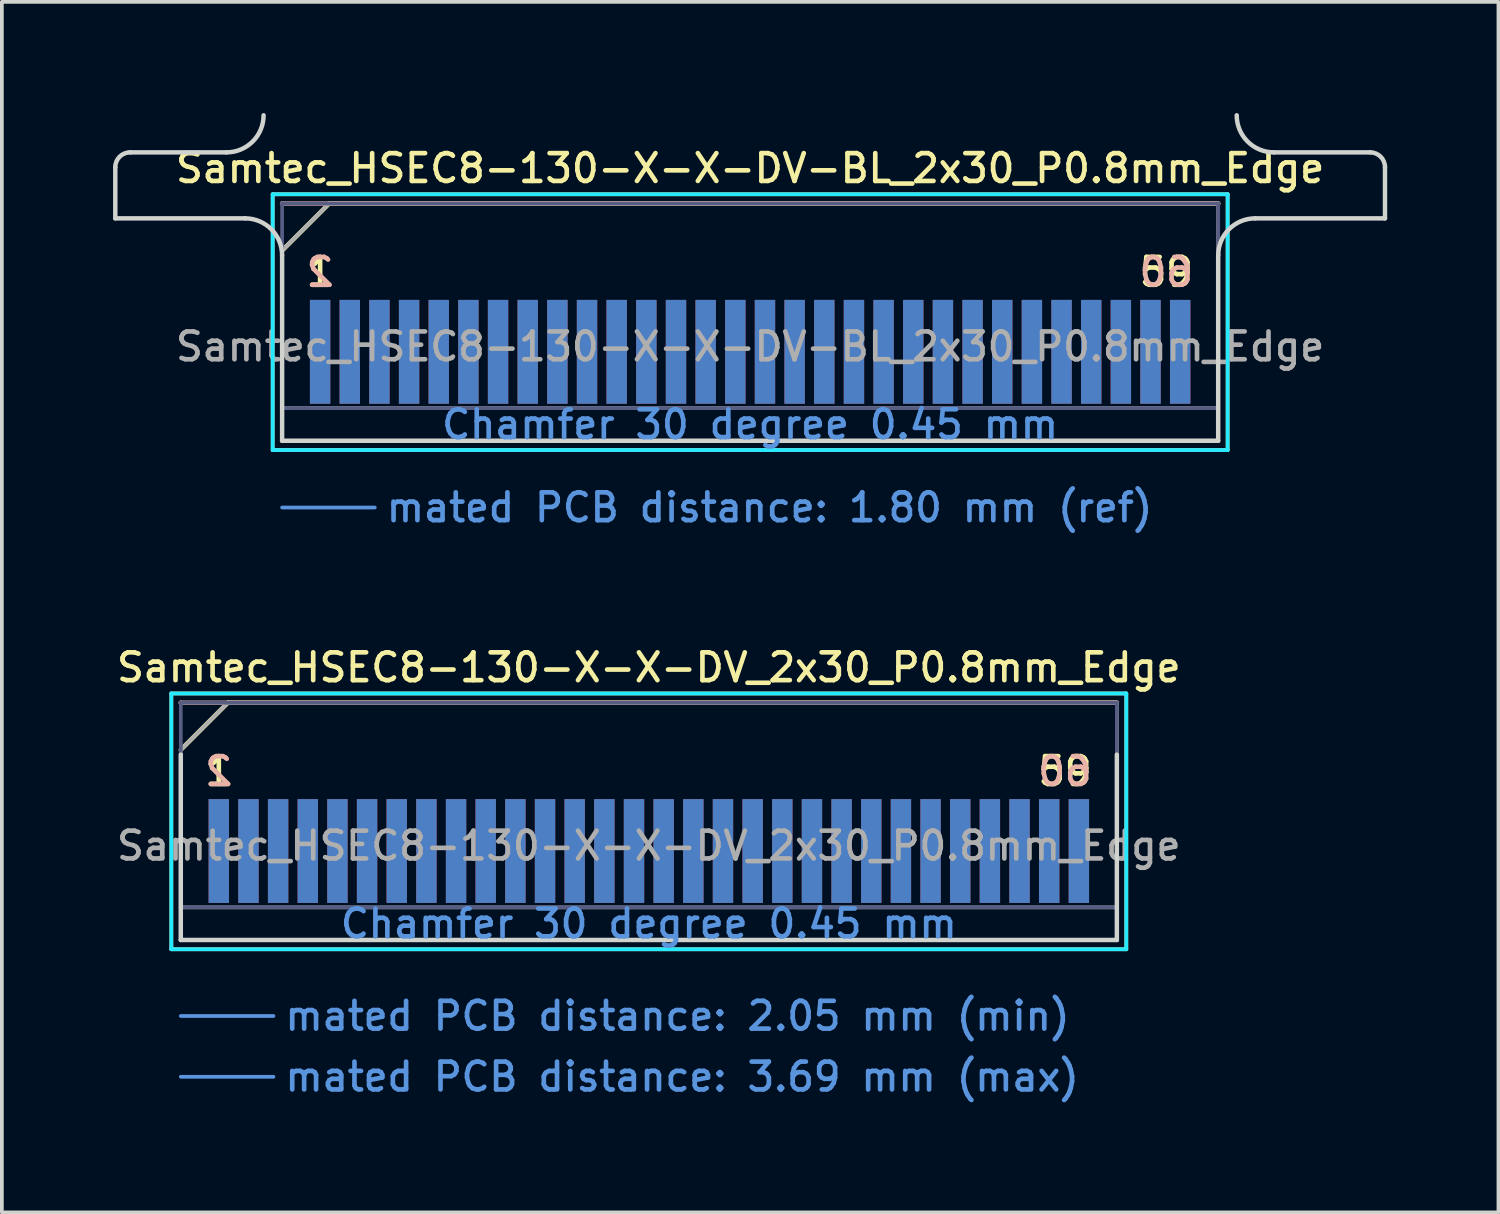
<source format=kicad_pcb>
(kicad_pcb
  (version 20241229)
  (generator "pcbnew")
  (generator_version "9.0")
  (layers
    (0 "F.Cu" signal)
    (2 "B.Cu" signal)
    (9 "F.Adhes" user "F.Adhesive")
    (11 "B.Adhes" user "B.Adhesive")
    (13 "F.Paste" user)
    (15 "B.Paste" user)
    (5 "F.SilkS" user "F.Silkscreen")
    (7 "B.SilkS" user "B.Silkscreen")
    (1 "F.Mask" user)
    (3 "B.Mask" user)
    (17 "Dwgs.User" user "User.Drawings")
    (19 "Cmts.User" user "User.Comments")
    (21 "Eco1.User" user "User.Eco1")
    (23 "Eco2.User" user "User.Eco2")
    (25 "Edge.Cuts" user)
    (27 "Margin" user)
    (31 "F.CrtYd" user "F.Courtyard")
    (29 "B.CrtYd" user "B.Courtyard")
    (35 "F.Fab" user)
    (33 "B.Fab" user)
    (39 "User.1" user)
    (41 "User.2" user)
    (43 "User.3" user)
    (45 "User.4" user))
  (footprint "Samtec_HSEC8-130-X-X-DV_2x30_P0.8mm_Edge"
    (layer "F.Cu")
    (at 14.452 22.306)
    (property "Reference" "Samtec_HSEC8-130-X-X-DV_2x30_P0.8mm_Edge" (at 0 -7.35 0) (layer "F.SilkS") (effects (font (size 0.75 0.75) (thickness 0.125))))
    (attr exclude_from_pos_files exclude_from_bom)
    (fp_line (start -12.88 -6.65) (end -12.88 0.25) (stroke (width 0.1) (type solid)) (layer "F.SilkS"))
    (fp_line (start -12.88 0.25) (end 12.88 0.25) (stroke (width 0.1) (type solid)) (layer "F.SilkS"))
    (fp_line (start -12.625 -5.13) (end -11.355 -6.4) (stroke (width 0.12) (type solid)) (layer "F.SilkS"))
    (fp_line (start -11.355 -6.4) (end 12.625 -6.4) (stroke (width 0.12) (type solid)) (layer "F.SilkS"))
    (fp_line (start 12.88 -6.65) (end -12.88 -6.65) (stroke (width 0.1) (type solid)) (layer "F.SilkS"))
    (fp_line (start 12.88 0.25) (end 12.88 -6.65) (stroke (width 0.1) (type solid)) (layer "F.SilkS"))
    (fp_line (start -12.625 -6.4) (end -12.625 -6.4) (stroke (width 0.12) (type solid)) (layer "B.SilkS"))
    (fp_line (start -12.625 -6.4) (end 12.625 -6.4) (stroke (width 0.12) (type solid)) (layer "B.SilkS"))
    (fp_line (start -12.625 2.05) (end -10.125 2.05) (stroke (width 0.1) (type solid)) (layer "Cmts.User"))
    (fp_line (start -12.625 3.69) (end -10.125 3.69) (stroke (width 0.1) (type solid)) (layer "Cmts.User"))
    (fp_line (start -12.625 -5) (end -12.625 0) (stroke (width 0.12) (type solid)) (layer "Edge.Cuts"))
    (fp_line (start -12.625 0) (end 12.625 0) (stroke (width 0.12) (type solid)) (layer "Edge.Cuts"))
    (fp_line (start 12.625 0) (end 12.625 -5) (stroke (width 0.12) (type solid)) (layer "Edge.Cuts"))
    (fp_line (start -12.88 -6.65) (end -12.88 0.25) (stroke (width 0.1) (type solid)) (layer "B.CrtYd"))
    (fp_line (start -12.88 0.25) (end 12.88 0.25) (stroke (width 0.1) (type solid)) (layer "B.CrtYd"))
    (fp_line (start 12.88 -6.65) (end -12.88 -6.65) (stroke (width 0.1) (type solid)) (layer "B.CrtYd"))
    (fp_line (start 12.88 0.25) (end 12.88 -6.65) (stroke (width 0.1) (type solid)) (layer "B.CrtYd"))
    (fp_line (start -12.625 -6.4) (end -12.625 -6.4) (stroke (width 0.1) (type solid)) (layer "B.Fab"))
    (fp_line (start -12.625 -6.4) (end -12.625 0) (stroke (width 0.1) (type solid)) (layer "B.Fab"))
    (fp_line (start -12.625 -6.4) (end 12.625 -6.4) (stroke (width 0.1) (type solid)) (layer "B.Fab"))
    (fp_line (start -12.625 -0.88) (end 12.625 -0.88) (stroke (width 0.1) (type solid)) (layer "B.Fab"))
    (fp_line (start -12.625 0) (end 12.625 0) (stroke (width 0.1) (type solid)) (layer "B.Fab"))
    (fp_line (start 12.625 -6.4) (end 12.625 0) (stroke (width 0.1) (type solid)) (layer "B.Fab"))
    (fp_line (start -12.625 -5.13) (end -12.625 0) (stroke (width 0.1) (type solid)) (layer "F.Fab"))
    (fp_line (start -12.625 -5.13) (end -11.355 -6.4) (stroke (width 0.1) (type solid)) (layer "F.Fab"))
    (fp_line (start -12.625 -0.88) (end 12.625 -0.88) (stroke (width 0.1) (type solid)) (layer "F.Fab"))
    (fp_line (start -12.625 0) (end 12.625 0) (stroke (width 0.1) (type solid)) (layer "F.Fab"))
    (fp_line (start -11.355 -6.4) (end 12.625 -6.4) (stroke (width 0.1) (type solid)) (layer "F.Fab"))
    (fp_line (start 12.625 -6.4) (end 12.625 0) (stroke (width 0.1) (type solid)) (layer "F.Fab"))
    (fp_text user "1" (at -11.6 -4.55 0) (layer "F.SilkS") (effects (font (size 0.75 0.75) (thickness 0.125))))
    (fp_text user "59" (at 11.225 -4.55 0) (layer "F.SilkS") (effects (font (size 0.75 0.75) (thickness 0.125))))
    (fp_text user "2" (at -11.6 -4.55 0) (layer "B.SilkS") (effects (font (size 0.75 0.75) (thickness 0.125)) (justify mirror)))
    (fp_text user "60" (at 11.225 -4.55 0) (layer "B.SilkS") (effects (font (size 0.75 0.75) (thickness 0.125)) (justify mirror)))
    (fp_text user "mated PCB distance: 3.69 mm (max)" (at -9.88 3.69 0) (layer "Cmts.User") (effects (font (size 0.75 0.75) (thickness 0.125)) (justify left)))
    (fp_text user "Chamfer 30 degree 0.45 mm" (at 0 -0.44 0) (layer "Cmts.User") (effects (font (size 0.75 0.75) (thickness 0.125))))
    (fp_text user "mated PCB distance: 2.05 mm (min)" (at -9.88 2.05 0) (layer "Cmts.User") (effects (font (size 0.75 0.75) (thickness 0.125)) (justify left)))
    (fp_text user "${REFERENCE}" (at 0 -2.54 0) (layer "F.Fab") (effects (font (size 0.75 0.75) (thickness 0.125))))
    (pad "1" connect rect (at -11.6 -2.4) (size 0.55 2.8) (layers "F.Cu" "F.Mask"))
    (pad "2" connect rect (at -11.6 -2.4) (size 0.55 2.8) (layers "B.Cu" "B.Mask"))
    (pad "3" connect rect (at -10.8 -2.4) (size 0.55 2.8) (layers "F.Cu" "F.Mask"))
    (pad "4" connect rect (at -10.8 -2.4) (size 0.55 2.8) (layers "B.Cu" "B.Mask"))
    (pad "5" connect rect (at -10 -2.4) (size 0.55 2.8) (layers "F.Cu" "F.Mask"))
    (pad "6" connect rect (at -10 -2.4) (size 0.55 2.8) (layers "B.Cu" "B.Mask"))
    (pad "7" connect rect (at -9.2 -2.4) (size 0.55 2.8) (layers "F.Cu" "F.Mask"))
    (pad "8" connect rect (at -9.2 -2.4) (size 0.55 2.8) (layers "B.Cu" "B.Mask"))
    (pad "9" connect rect (at -8.4 -2.4) (size 0.55 2.8) (layers "F.Cu" "F.Mask"))
    (pad "10" connect rect (at -8.4 -2.4) (size 0.55 2.8) (layers "B.Cu" "B.Mask"))
    (pad "11" connect rect (at -7.6 -2.4) (size 0.55 2.8) (layers "F.Cu" "F.Mask"))
    (pad "12" connect rect (at -7.6 -2.4) (size 0.55 2.8) (layers "B.Cu" "B.Mask"))
    (pad "13" connect rect (at -6.8 -2.4) (size 0.55 2.8) (layers "F.Cu" "F.Mask"))
    (pad "14" connect rect (at -6.8 -2.4) (size 0.55 2.8) (layers "B.Cu" "B.Mask"))
    (pad "15" connect rect (at -6 -2.4) (size 0.55 2.8) (layers "F.Cu" "F.Mask"))
    (pad "16" connect rect (at -6 -2.4) (size 0.55 2.8) (layers "B.Cu" "B.Mask"))
    (pad "17" connect rect (at -5.2 -2.4) (size 0.55 2.8) (layers "F.Cu" "F.Mask"))
    (pad "18" connect rect (at -5.2 -2.4) (size 0.55 2.8) (layers "B.Cu" "B.Mask"))
    (pad "19" connect rect (at -4.4 -2.4) (size 0.55 2.8) (layers "F.Cu" "F.Mask"))
    (pad "20" connect rect (at -4.4 -2.4) (size 0.55 2.8) (layers "B.Cu" "B.Mask"))
    (pad "21" connect rect (at -3.6 -2.4) (size 0.55 2.8) (layers "F.Cu" "F.Mask"))
    (pad "22" connect rect (at -3.6 -2.4) (size 0.55 2.8) (layers "B.Cu" "B.Mask"))
    (pad "23" connect rect (at -2.8 -2.4) (size 0.55 2.8) (layers "F.Cu" "F.Mask"))
    (pad "24" connect rect (at -2.8 -2.4) (size 0.55 2.8) (layers "B.Cu" "B.Mask"))
    (pad "25" connect rect (at -2 -2.4) (size 0.55 2.8) (layers "F.Cu" "F.Mask"))
    (pad "26" connect rect (at -2 -2.4) (size 0.55 2.8) (layers "B.Cu" "B.Mask"))
    (pad "27" connect rect (at -1.2 -2.4) (size 0.55 2.8) (layers "F.Cu" "F.Mask"))
    (pad "28" connect rect (at -1.2 -2.4) (size 0.55 2.8) (layers "B.Cu" "B.Mask"))
    (pad "29" connect rect (at -0.4 -2.4) (size 0.55 2.8) (layers "F.Cu" "F.Mask"))
    (pad "30" connect rect (at -0.4 -2.4) (size 0.55 2.8) (layers "B.Cu" "B.Mask"))
    (pad "31" connect rect (at 0.4 -2.4) (size 0.55 2.8) (layers "F.Cu" "F.Mask"))
    (pad "32" connect rect (at 0.4 -2.4) (size 0.55 2.8) (layers "B.Cu" "B.Mask"))
    (pad "33" connect rect (at 1.2 -2.4) (size 0.55 2.8) (layers "F.Cu" "F.Mask"))
    (pad "34" connect rect (at 1.2 -2.4) (size 0.55 2.8) (layers "B.Cu" "B.Mask"))
    (pad "35" connect rect (at 2 -2.4) (size 0.55 2.8) (layers "F.Cu" "F.Mask"))
    (pad "36" connect rect (at 2 -2.4) (size 0.55 2.8) (layers "B.Cu" "B.Mask"))
    (pad "37" connect rect (at 2.8 -2.4) (size 0.55 2.8) (layers "F.Cu" "F.Mask"))
    (pad "38" connect rect (at 2.8 -2.4) (size 0.55 2.8) (layers "B.Cu" "B.Mask"))
    (pad "39" connect rect (at 3.6 -2.4) (size 0.55 2.8) (layers "F.Cu" "F.Mask"))
    (pad "40" connect rect (at 3.6 -2.4) (size 0.55 2.8) (layers "B.Cu" "B.Mask"))
    (pad "41" connect rect (at 4.4 -2.4) (size 0.55 2.8) (layers "F.Cu" "F.Mask"))
    (pad "42" connect rect (at 4.4 -2.4) (size 0.55 2.8) (layers "B.Cu" "B.Mask"))
    (pad "43" connect rect (at 5.2 -2.4) (size 0.55 2.8) (layers "F.Cu" "F.Mask"))
    (pad "44" connect rect (at 5.2 -2.4) (size 0.55 2.8) (layers "B.Cu" "B.Mask"))
    (pad "45" connect rect (at 6 -2.4) (size 0.55 2.8) (layers "F.Cu" "F.Mask"))
    (pad "46" connect rect (at 6 -2.4) (size 0.55 2.8) (layers "B.Cu" "B.Mask"))
    (pad "47" connect rect (at 6.8 -2.4) (size 0.55 2.8) (layers "F.Cu" "F.Mask"))
    (pad "48" connect rect (at 6.8 -2.4) (size 0.55 2.8) (layers "B.Cu" "B.Mask"))
    (pad "49" connect rect (at 7.6 -2.4) (size 0.55 2.8) (layers "F.Cu" "F.Mask"))
    (pad "50" connect rect (at 7.6 -2.4) (size 0.55 2.8) (layers "B.Cu" "B.Mask"))
    (pad "51" connect rect (at 8.4 -2.4) (size 0.55 2.8) (layers "F.Cu" "F.Mask"))
    (pad "52" connect rect (at 8.4 -2.4) (size 0.55 2.8) (layers "B.Cu" "B.Mask"))
    (pad "53" connect rect (at 9.2 -2.4) (size 0.55 2.8) (layers "F.Cu" "F.Mask"))
    (pad "54" connect rect (at 9.2 -2.4) (size 0.55 2.8) (layers "B.Cu" "B.Mask"))
    (pad "55" connect rect (at 10 -2.4) (size 0.55 2.8) (layers "F.Cu" "F.Mask"))
    (pad "56" connect rect (at 10 -2.4) (size 0.55 2.8) (layers "B.Cu" "B.Mask"))
    (pad "57" connect rect (at 10.8 -2.4) (size 0.55 2.8) (layers "F.Cu" "F.Mask"))
    (pad "58" connect rect (at 10.8 -2.4) (size 0.55 2.8) (layers "B.Cu" "B.Mask"))
    (pad "59" connect rect (at 11.6 -2.4) (size 0.55 2.8) (layers "F.Cu" "F.Mask"))
    (pad "60" connect rect (at 11.6 -2.4) (size 0.55 2.8) (layers "B.Cu" "B.Mask")))
  (footprint "Samtec_HSEC8-130-X-X-DV-BL_2x30_P0.8mm_Edge"
    (layer "F.Cu")
    (at 17.185 8.84)
    (property "Reference" "Samtec_HSEC8-130-X-X-DV-BL_2x30_P0.8mm_Edge" (at 0 -7.35 0) (layer "F.SilkS") (effects (font (size 0.75 0.75) (thickness 0.125))))
    (attr exclude_from_pos_files exclude_from_bom)
    (fp_line (start -12.88 -6.65) (end -12.88 0.25) (stroke (width 0.1) (type solid)) (layer "F.SilkS"))
    (fp_line (start -12.88 0.25) (end 12.88 0.25) (stroke (width 0.1) (type solid)) (layer "F.SilkS"))
    (fp_line (start -12.625 -5.13) (end -11.355 -6.4) (stroke (width 0.12) (type solid)) (layer "F.SilkS"))
    (fp_line (start -11.355 -6.4) (end 12.625 -6.4) (stroke (width 0.12) (type solid)) (layer "F.SilkS"))
    (fp_line (start 12.88 -6.65) (end -12.88 -6.65) (stroke (width 0.1) (type solid)) (layer "F.SilkS"))
    (fp_line (start 12.88 0.25) (end 12.88 -6.65) (stroke (width 0.1) (type solid)) (layer "F.SilkS"))
    (fp_line (start -12.625 -6.4) (end -12.625 -6.4) (stroke (width 0.12) (type solid)) (layer "B.SilkS"))
    (fp_line (start -12.625 -6.4) (end 12.625 -6.4) (stroke (width 0.12) (type solid)) (layer "B.SilkS"))
    (fp_line (start -12.625 1.8) (end -10.125 1.8) (stroke (width 0.1) (type solid)) (layer "Cmts.User"))
    (fp_line (start -17.125 -6) (end -17.125 -7.38) (stroke (width 0.12) (type solid)) (layer "Edge.Cuts"))
    (fp_line (start -16.725 -7.78) (end -14.125 -7.78) (stroke (width 0.12) (type solid)) (layer "Edge.Cuts"))
    (fp_line (start -13.625 -6) (end -17.125 -6) (stroke (width 0.12) (type solid)) (layer "Edge.Cuts"))
    (fp_line (start -12.625 -5) (end -12.625 0) (stroke (width 0.12) (type solid)) (layer "Edge.Cuts"))
    (fp_line (start -12.625 0) (end 12.625 0) (stroke (width 0.12) (type solid)) (layer "Edge.Cuts"))
    (fp_line (start 12.625 0) (end 12.625 -5) (stroke (width 0.12) (type solid)) (layer "Edge.Cuts"))
    (fp_line (start 13.625 -6) (end 17.125 -6) (stroke (width 0.12) (type solid)) (layer "Edge.Cuts"))
    (fp_line (start 16.725 -7.78) (end 14.125 -7.78) (stroke (width 0.12) (type solid)) (layer "Edge.Cuts"))
    (fp_line (start 17.125 -6) (end 17.125 -7.38) (stroke (width 0.12) (type solid)) (layer "Edge.Cuts"))
    (fp_arc (start -17.125 -7.38) (mid -17.007843 -7.662843) (end -16.725 -7.78) (stroke (width 0.12) (type solid)) (layer "Edge.Cuts"))
    (fp_arc (start -13.625 -6) (mid -12.917893 -5.707107) (end -12.625 -5) (stroke (width 0.12) (type solid)) (layer "Edge.Cuts"))
    (fp_arc (start -13.125 -8.78) (mid -13.417893 -8.072893) (end -14.125 -7.78) (stroke (width 0.12) (type solid)) (layer "Edge.Cuts"))
    (fp_arc (start 12.625 -5) (mid 12.917893 -5.707107) (end 13.625 -6) (stroke (width 0.12) (type solid)) (layer "Edge.Cuts"))
    (fp_arc (start 14.125 -7.78) (mid 13.417893 -8.072893) (end 13.125 -8.78) (stroke (width 0.12) (type solid)) (layer "Edge.Cuts"))
    (fp_arc (start 16.725 -7.78) (mid 17.007843 -7.662843) (end 17.125 -7.38) (stroke (width 0.12) (type solid)) (layer "Edge.Cuts"))
    (fp_line (start -12.88 -6.65) (end -12.88 0.25) (stroke (width 0.1) (type solid)) (layer "B.CrtYd"))
    (fp_line (start -12.88 0.25) (end 12.88 0.25) (stroke (width 0.1) (type solid)) (layer "B.CrtYd"))
    (fp_line (start 12.88 -6.65) (end -12.88 -6.65) (stroke (width 0.1) (type solid)) (layer "B.CrtYd"))
    (fp_line (start 12.88 0.25) (end 12.88 -6.65) (stroke (width 0.1) (type solid)) (layer "B.CrtYd"))
    (fp_line (start -12.625 -6.4) (end -12.625 -6.4) (stroke (width 0.1) (type solid)) (layer "B.Fab"))
    (fp_line (start -12.625 -6.4) (end -12.625 0) (stroke (width 0.1) (type solid)) (layer "B.Fab"))
    (fp_line (start -12.625 -6.4) (end 12.625 -6.4) (stroke (width 0.1) (type solid)) (layer "B.Fab"))
    (fp_line (start -12.625 -0.88) (end 12.625 -0.88) (stroke (width 0.1) (type solid)) (layer "B.Fab"))
    (fp_line (start -12.625 0) (end 12.625 0) (stroke (width 0.1) (type solid)) (layer "B.Fab"))
    (fp_line (start 12.625 -6.4) (end 12.625 0) (stroke (width 0.1) (type solid)) (layer "B.Fab"))
    (fp_line (start -12.625 -5.13) (end -12.625 0) (stroke (width 0.1) (type solid)) (layer "F.Fab"))
    (fp_line (start -12.625 -5.13) (end -11.355 -6.4) (stroke (width 0.1) (type solid)) (layer "F.Fab"))
    (fp_line (start -12.625 -0.88) (end 12.625 -0.88) (stroke (width 0.1) (type solid)) (layer "F.Fab"))
    (fp_line (start -12.625 0) (end 12.625 0) (stroke (width 0.1) (type solid)) (layer "F.Fab"))
    (fp_line (start -11.355 -6.4) (end 12.625 -6.4) (stroke (width 0.1) (type solid)) (layer "F.Fab"))
    (fp_line (start 12.625 -6.4) (end 12.625 0) (stroke (width 0.1) (type solid)) (layer "F.Fab"))
    (fp_text user "59" (at 11.225 -4.55 0) (layer "F.SilkS") (effects (font (size 0.75 0.75) (thickness 0.125))))
    (fp_text user "1" (at -11.6 -4.55 0) (layer "F.SilkS") (effects (font (size 0.75 0.75) (thickness 0.125))))
    (fp_text user "60" (at 11.225 -4.55 0) (layer "B.SilkS") (effects (font (size 0.75 0.75) (thickness 0.125)) (justify mirror)))
    (fp_text user "2" (at -11.6 -4.55 0) (layer "B.SilkS") (effects (font (size 0.75 0.75) (thickness 0.125)) (justify mirror)))
    (fp_text user "Chamfer 30 degree 0.45 mm" (at 0 -0.44 0) (layer "Cmts.User") (effects (font (size 0.75 0.75) (thickness 0.125))))
    (fp_text user "mated PCB distance: 1.80 mm (ref)" (at -9.88 1.8 0) (layer "Cmts.User") (effects (font (size 0.75 0.75) (thickness 0.125)) (justify left)))
    (fp_text user "${REFERENCE}" (at 0 -2.54 0) (layer "F.Fab") (effects (font (size 0.75 0.75) (thickness 0.125))))
    (pad "1" connect rect (at -11.6 -2.4) (size 0.55 2.8) (layers "F.Cu" "F.Mask"))
    (pad "2" connect rect (at -11.6 -2.4) (size 0.55 2.8) (layers "B.Cu" "B.Mask"))
    (pad "3" connect rect (at -10.8 -2.4) (size 0.55 2.8) (layers "F.Cu" "F.Mask"))
    (pad "4" connect rect (at -10.8 -2.4) (size 0.55 2.8) (layers "B.Cu" "B.Mask"))
    (pad "5" connect rect (at -10 -2.4) (size 0.55 2.8) (layers "F.Cu" "F.Mask"))
    (pad "6" connect rect (at -10 -2.4) (size 0.55 2.8) (layers "B.Cu" "B.Mask"))
    (pad "7" connect rect (at -9.2 -2.4) (size 0.55 2.8) (layers "F.Cu" "F.Mask"))
    (pad "8" connect rect (at -9.2 -2.4) (size 0.55 2.8) (layers "B.Cu" "B.Mask"))
    (pad "9" connect rect (at -8.4 -2.4) (size 0.55 2.8) (layers "F.Cu" "F.Mask"))
    (pad "10" connect rect (at -8.4 -2.4) (size 0.55 2.8) (layers "B.Cu" "B.Mask"))
    (pad "11" connect rect (at -7.6 -2.4) (size 0.55 2.8) (layers "F.Cu" "F.Mask"))
    (pad "12" connect rect (at -7.6 -2.4) (size 0.55 2.8) (layers "B.Cu" "B.Mask"))
    (pad "13" connect rect (at -6.8 -2.4) (size 0.55 2.8) (layers "F.Cu" "F.Mask"))
    (pad "14" connect rect (at -6.8 -2.4) (size 0.55 2.8) (layers "B.Cu" "B.Mask"))
    (pad "15" connect rect (at -6 -2.4) (size 0.55 2.8) (layers "F.Cu" "F.Mask"))
    (pad "16" connect rect (at -6 -2.4) (size 0.55 2.8) (layers "B.Cu" "B.Mask"))
    (pad "17" connect rect (at -5.2 -2.4) (size 0.55 2.8) (layers "F.Cu" "F.Mask"))
    (pad "18" connect rect (at -5.2 -2.4) (size 0.55 2.8) (layers "B.Cu" "B.Mask"))
    (pad "19" connect rect (at -4.4 -2.4) (size 0.55 2.8) (layers "F.Cu" "F.Mask"))
    (pad "20" connect rect (at -4.4 -2.4) (size 0.55 2.8) (layers "B.Cu" "B.Mask"))
    (pad "21" connect rect (at -3.6 -2.4) (size 0.55 2.8) (layers "F.Cu" "F.Mask"))
    (pad "22" connect rect (at -3.6 -2.4) (size 0.55 2.8) (layers "B.Cu" "B.Mask"))
    (pad "23" connect rect (at -2.8 -2.4) (size 0.55 2.8) (layers "F.Cu" "F.Mask"))
    (pad "24" connect rect (at -2.8 -2.4) (size 0.55 2.8) (layers "B.Cu" "B.Mask"))
    (pad "25" connect rect (at -2 -2.4) (size 0.55 2.8) (layers "F.Cu" "F.Mask"))
    (pad "26" connect rect (at -2 -2.4) (size 0.55 2.8) (layers "B.Cu" "B.Mask"))
    (pad "27" connect rect (at -1.2 -2.4) (size 0.55 2.8) (layers "F.Cu" "F.Mask"))
    (pad "28" connect rect (at -1.2 -2.4) (size 0.55 2.8) (layers "B.Cu" "B.Mask"))
    (pad "29" connect rect (at -0.4 -2.4) (size 0.55 2.8) (layers "F.Cu" "F.Mask"))
    (pad "30" connect rect (at -0.4 -2.4) (size 0.55 2.8) (layers "B.Cu" "B.Mask"))
    (pad "31" connect rect (at 0.4 -2.4) (size 0.55 2.8) (layers "F.Cu" "F.Mask"))
    (pad "32" connect rect (at 0.4 -2.4) (size 0.55 2.8) (layers "B.Cu" "B.Mask"))
    (pad "33" connect rect (at 1.2 -2.4) (size 0.55 2.8) (layers "F.Cu" "F.Mask"))
    (pad "34" connect rect (at 1.2 -2.4) (size 0.55 2.8) (layers "B.Cu" "B.Mask"))
    (pad "35" connect rect (at 2 -2.4) (size 0.55 2.8) (layers "F.Cu" "F.Mask"))
    (pad "36" connect rect (at 2 -2.4) (size 0.55 2.8) (layers "B.Cu" "B.Mask"))
    (pad "37" connect rect (at 2.8 -2.4) (size 0.55 2.8) (layers "F.Cu" "F.Mask"))
    (pad "38" connect rect (at 2.8 -2.4) (size 0.55 2.8) (layers "B.Cu" "B.Mask"))
    (pad "39" connect rect (at 3.6 -2.4) (size 0.55 2.8) (layers "F.Cu" "F.Mask"))
    (pad "40" connect rect (at 3.6 -2.4) (size 0.55 2.8) (layers "B.Cu" "B.Mask"))
    (pad "41" connect rect (at 4.4 -2.4) (size 0.55 2.8) (layers "F.Cu" "F.Mask"))
    (pad "42" connect rect (at 4.4 -2.4) (size 0.55 2.8) (layers "B.Cu" "B.Mask"))
    (pad "43" connect rect (at 5.2 -2.4) (size 0.55 2.8) (layers "F.Cu" "F.Mask"))
    (pad "44" connect rect (at 5.2 -2.4) (size 0.55 2.8) (layers "B.Cu" "B.Mask"))
    (pad "45" connect rect (at 6 -2.4) (size 0.55 2.8) (layers "F.Cu" "F.Mask"))
    (pad "46" connect rect (at 6 -2.4) (size 0.55 2.8) (layers "B.Cu" "B.Mask"))
    (pad "47" connect rect (at 6.8 -2.4) (size 0.55 2.8) (layers "F.Cu" "F.Mask"))
    (pad "48" connect rect (at 6.8 -2.4) (size 0.55 2.8) (layers "B.Cu" "B.Mask"))
    (pad "49" connect rect (at 7.6 -2.4) (size 0.55 2.8) (layers "F.Cu" "F.Mask"))
    (pad "50" connect rect (at 7.6 -2.4) (size 0.55 2.8) (layers "B.Cu" "B.Mask"))
    (pad "51" connect rect (at 8.4 -2.4) (size 0.55 2.8) (layers "F.Cu" "F.Mask"))
    (pad "52" connect rect (at 8.4 -2.4) (size 0.55 2.8) (layers "B.Cu" "B.Mask"))
    (pad "53" connect rect (at 9.2 -2.4) (size 0.55 2.8) (layers "F.Cu" "F.Mask"))
    (pad "54" connect rect (at 9.2 -2.4) (size 0.55 2.8) (layers "B.Cu" "B.Mask"))
    (pad "55" connect rect (at 10 -2.4) (size 0.55 2.8) (layers "F.Cu" "F.Mask"))
    (pad "56" connect rect (at 10 -2.4) (size 0.55 2.8) (layers "B.Cu" "B.Mask"))
    (pad "57" connect rect (at 10.8 -2.4) (size 0.55 2.8) (layers "F.Cu" "F.Mask"))
    (pad "58" connect rect (at 10.8 -2.4) (size 0.55 2.8) (layers "B.Cu" "B.Mask"))
    (pad "59" connect rect (at 11.6 -2.4) (size 0.55 2.8) (layers "F.Cu" "F.Mask"))
    (pad "60" connect rect (at 11.6 -2.4) (size 0.55 2.8) (layers "B.Cu" "B.Mask")))
  (gr_rect
    (start -3 -3)
    (end 37.37 29.654)
    (stroke (width 0.1) (type default))
    (fill no)
    (layer "Edge.Cuts")))
</source>
